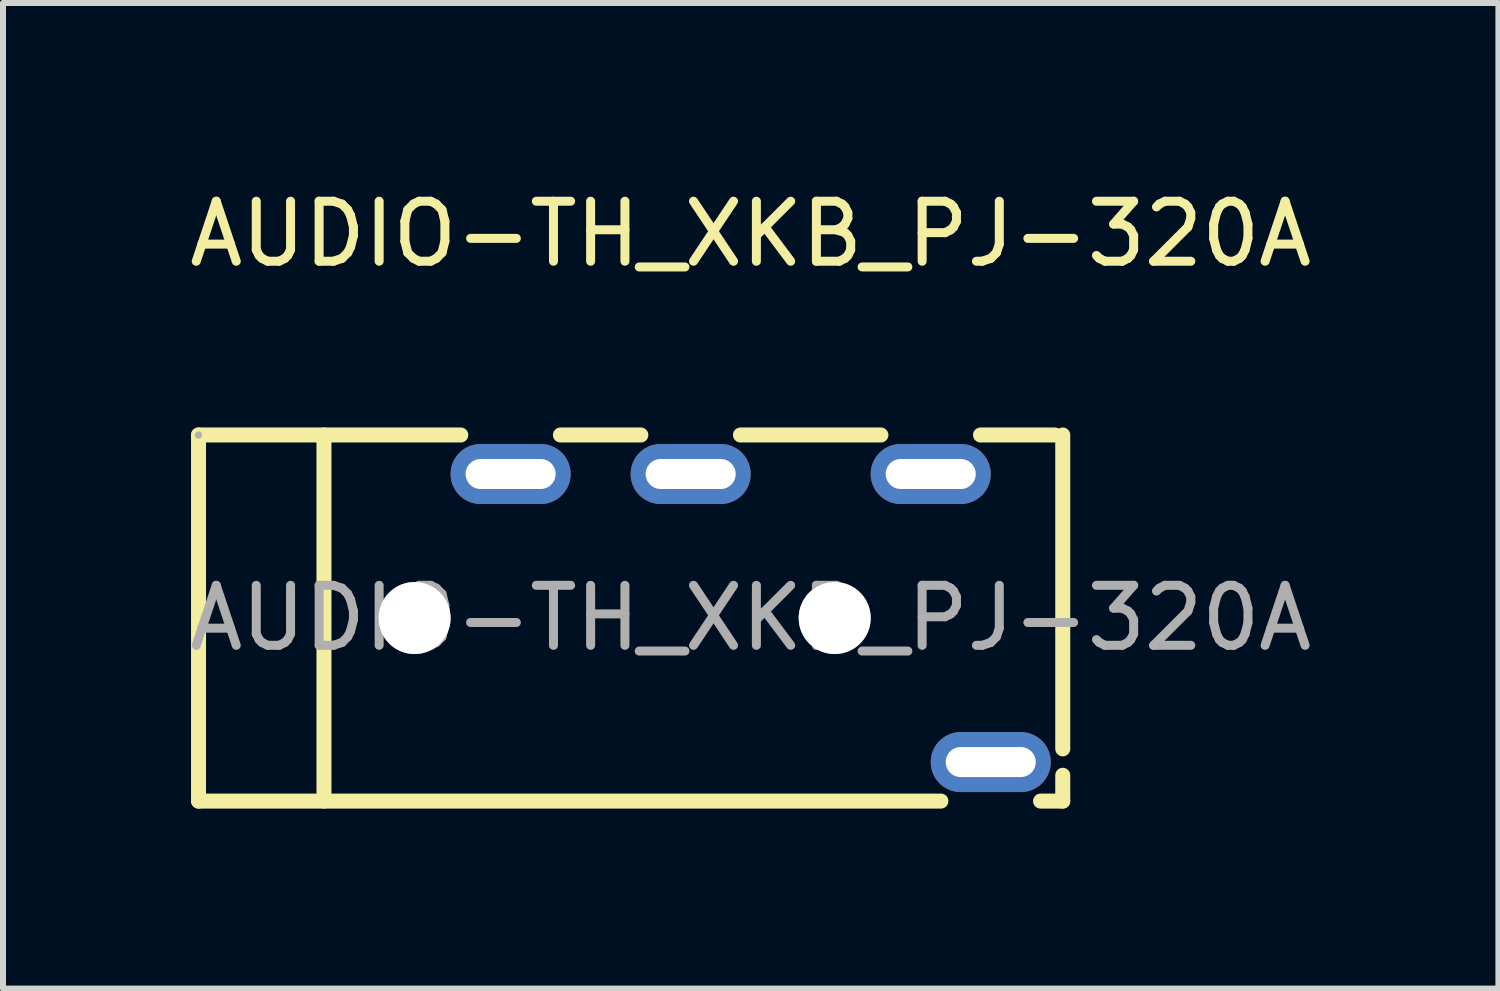
<source format=kicad_pcb>
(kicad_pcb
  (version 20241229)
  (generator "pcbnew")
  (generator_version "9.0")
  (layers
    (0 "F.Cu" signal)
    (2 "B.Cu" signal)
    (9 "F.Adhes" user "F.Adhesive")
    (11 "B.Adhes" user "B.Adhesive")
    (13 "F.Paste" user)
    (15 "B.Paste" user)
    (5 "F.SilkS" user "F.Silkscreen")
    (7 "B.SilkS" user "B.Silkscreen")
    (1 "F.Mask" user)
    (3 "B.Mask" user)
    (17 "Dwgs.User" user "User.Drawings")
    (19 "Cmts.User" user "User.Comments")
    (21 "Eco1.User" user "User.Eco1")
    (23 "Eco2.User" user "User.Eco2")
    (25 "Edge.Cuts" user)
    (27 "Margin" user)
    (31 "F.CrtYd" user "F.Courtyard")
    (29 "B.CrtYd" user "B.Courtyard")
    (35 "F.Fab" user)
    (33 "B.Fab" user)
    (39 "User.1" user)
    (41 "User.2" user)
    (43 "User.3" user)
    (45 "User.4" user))
  (footprint "AUDIO-TH_XKB_PJ-320A"
    (layer "F.Cu")
    (at 9.458 7.248)
    (property "Reference" "AUDIO-TH_XKB_PJ-320A" (at 0 -6.4 0) (layer "F.SilkS") (effects (font (size 1 1) (thickness 0.15))))
    (attr through_hole)
    (fp_line (start -9.2 -3.05) (end -9.2 3.05) (stroke (width 0.25) (type solid)) (layer "F.SilkS"))
    (fp_line (start -9.2 -3.05) (end -4.83 -3.05) (stroke (width 0.25) (type solid)) (layer "F.SilkS"))
    (fp_line (start -9.2 3.05) (end 3.17 3.05) (stroke (width 0.25) (type solid)) (layer "F.SilkS"))
    (fp_line (start -7.11 -3.05) (end -7.11 3.05) (stroke (width 0.25) (type solid)) (layer "F.SilkS"))
    (fp_line (start -3.17 -3.05) (end -1.83 -3.05) (stroke (width 0.25) (type solid)) (layer "F.SilkS"))
    (fp_line (start -0.17 -3.05) (end 2.17 -3.05) (stroke (width 0.25) (type solid)) (layer "F.SilkS"))
    (fp_line (start 3.83 -3.05) (end 5.07 -3.05) (stroke (width 0.25) (type solid)) (layer "F.SilkS"))
    (fp_line (start 4.83 3.05) (end 5.2 3.05) (stroke (width 0.25) (type solid)) (layer "F.SilkS"))
    (fp_line (start 5.2 2.18) (end 5.2 -3.05) (stroke (width 0.25) (type solid)) (layer "F.SilkS"))
    (fp_line (start 5.2 3.05) (end 5.2 2.62) (stroke (width 0.25) (type solid)) (layer "F.SilkS"))
    (fp_circle (center -5.6 0) (end -5.41 0) (stroke (width 0.38) (type solid)) (fill no) (layer "Cmts.User"))
    (fp_circle (center 1.4 0) (end 1.59 0) (stroke (width 0.38) (type solid)) (fill no) (layer "Cmts.User"))
    (fp_circle (center -9.2 -3.05) (end -9.17 -3.05) (stroke (width 0.06) (type solid)) (fill no) (layer "F.Fab"))
    (fp_text user "${REFERENCE}" (at 0 0 0) (layer "F.Fab") (effects (font (size 1 1) (thickness 0.15))))
    (pad "" thru_hole circle (at -5.6 0) (size 1.2 1.2) (drill 1.2) (layers "*.Cu" "*.Mask"))
    (pad "" thru_hole circle (at 1.4 0) (size 1.2 1.2) (drill 1.2) (layers "*.Cu" "*.Mask"))
    (pad "2" thru_hole oval (at -4 -2.4 90) (size 1 2) (drill oval 0.5 1.5) (layers "*.Cu" "*.Mask"))
    (pad "3" thru_hole oval (at -1 -2.4 90) (size 1 2) (drill oval 0.5 1.5) (layers "*.Cu" "*.Mask"))
    (pad "4" thru_hole oval (at 3 -2.4 90) (size 1 2) (drill oval 0.5 1.5) (layers "*.Cu" "*.Mask"))
    (pad "5" thru_hole oval (at 4 2.4 90) (size 1 2) (drill oval 0.5 1.5) (layers "*.Cu" "*.Mask")))
  (gr_rect
    (start -3 -3)
    (end 21.917 13.423)
    (stroke (width 0.1) (type default))
    (fill no)
    (layer "Edge.Cuts")))
</source>
